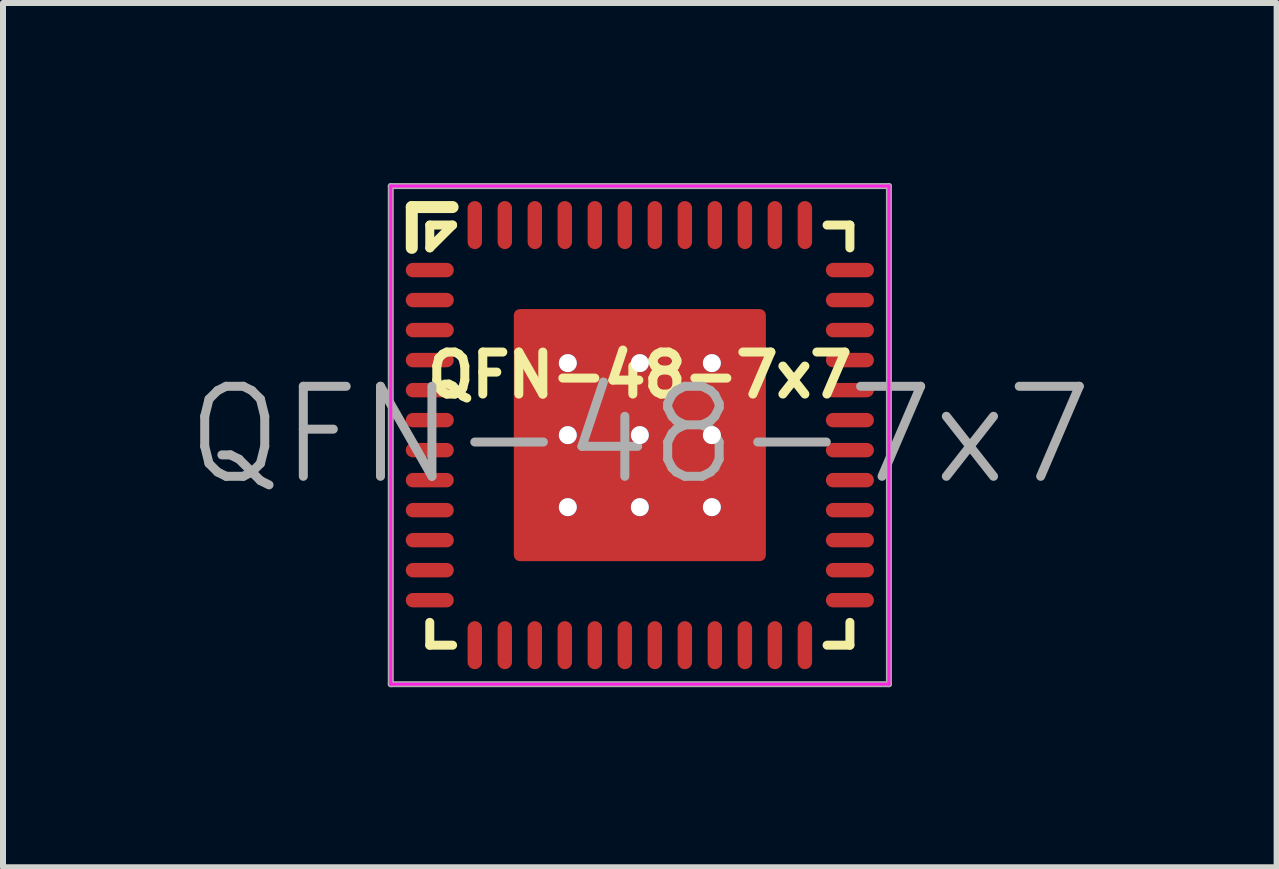
<source format=kicad_pcb>
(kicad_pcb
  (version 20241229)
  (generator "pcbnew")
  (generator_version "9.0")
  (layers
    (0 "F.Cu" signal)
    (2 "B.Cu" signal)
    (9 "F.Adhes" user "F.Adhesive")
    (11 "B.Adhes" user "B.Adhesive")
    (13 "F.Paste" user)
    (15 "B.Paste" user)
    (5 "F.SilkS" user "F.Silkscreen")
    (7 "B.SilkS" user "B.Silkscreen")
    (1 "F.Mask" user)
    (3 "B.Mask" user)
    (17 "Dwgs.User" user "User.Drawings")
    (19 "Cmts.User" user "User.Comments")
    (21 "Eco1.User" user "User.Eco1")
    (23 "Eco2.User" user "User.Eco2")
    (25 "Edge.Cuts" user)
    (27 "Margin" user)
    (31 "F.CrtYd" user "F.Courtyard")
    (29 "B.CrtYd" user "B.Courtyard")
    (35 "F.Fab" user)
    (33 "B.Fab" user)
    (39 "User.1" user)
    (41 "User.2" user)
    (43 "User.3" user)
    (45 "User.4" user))
  (footprint "QFN-48-7x7"
    (layer "F.Cu")
    (at 7.611 4.2)
    (property "Reference" "QFN-48-7x7" (at 0 -1 0) (layer "F.SilkS") (effects (font (size 0.7 0.7) (thickness 0.15))))
    (attr smd)
    (fp_line (start -3.8 -3.12) (end -3.8 -3.8) (stroke (width 0.2) (type solid)) (layer "F.SilkS"))
    (fp_line (start -3.5 -3.12) (end -3.5 -3.5) (stroke (width 0.15) (type solid)) (layer "F.SilkS"))
    (fp_line (start -3.5 -3.12) (end -3.12 -3.5) (stroke (width 0.15) (type solid)) (layer "F.SilkS"))
    (fp_line (start -3.5 3.12) (end -3.5 3.5) (stroke (width 0.15) (type solid)) (layer "F.SilkS"))
    (fp_line (start -3.12 -3.8) (end -3.8 -3.8) (stroke (width 0.2) (type solid)) (layer "F.SilkS"))
    (fp_line (start -3.12 -3.5) (end -3.5 -3.5) (stroke (width 0.15) (type solid)) (layer "F.SilkS"))
    (fp_line (start -3.12 3.5) (end -3.5 3.5) (stroke (width 0.15) (type solid)) (layer "F.SilkS"))
    (fp_line (start 3.12 -3.5) (end 3.5 -3.5) (stroke (width 0.15) (type solid)) (layer "F.SilkS"))
    (fp_line (start 3.12 3.5) (end 3.5 3.5) (stroke (width 0.15) (type solid)) (layer "F.SilkS"))
    (fp_line (start 3.5 -3.12) (end 3.5 -3.5) (stroke (width 0.15) (type solid)) (layer "F.SilkS"))
    (fp_line (start 3.5 3.12) (end 3.5 3.5) (stroke (width 0.15) (type solid)) (layer "F.SilkS"))
    (fp_line (start -4.15 -4.15) (end -4.15 4.15) (stroke (width 0.05) (type solid)) (layer "F.CrtYd"))
    (fp_line (start -4.15 4.15) (end 4.15 4.15) (stroke (width 0.05) (type solid)) (layer "F.CrtYd"))
    (fp_line (start 4.15 -4.15) (end -4.15 -4.15) (stroke (width 0.05) (type solid)) (layer "F.CrtYd"))
    (fp_line (start 4.15 4.15) (end 4.15 -4.15) (stroke (width 0.05) (type solid)) (layer "F.CrtYd"))
    (fp_line (start -4.15 -4.15) (end -4.15 4.15) (stroke (width 0.1) (type solid)) (layer "F.Fab"))
    (fp_line (start -4.15 4.15) (end 4.15 4.15) (stroke (width 0.1) (type solid)) (layer "F.Fab"))
    (fp_line (start 4.15 -4.15) (end -4.15 -4.15) (stroke (width 0.1) (type solid)) (layer "F.Fab"))
    (fp_line (start 4.15 4.15) (end 4.15 -4.15) (stroke (width 0.1) (type solid)) (layer "F.Fab"))
    (fp_text user "${REFERENCE}" (at 0 0 0) (layer "F.Fab") (effects (font (size 1.5 1.5) (thickness 0.15))))
    (pad "1" smd oval (at -3.5 -2.75) (size 0.8 0.24) (layers "F.Cu" "F.Mask" "F.Paste"))
    (pad "2" smd oval (at -3.5 -2.25) (size 0.8 0.24) (layers "F.Cu" "F.Mask" "F.Paste"))
    (pad "3" smd oval (at -3.5 -1.75) (size 0.8 0.24) (layers "F.Cu" "F.Mask" "F.Paste"))
    (pad "4" smd oval (at -3.5 -1.25) (size 0.8 0.24) (layers "F.Cu" "F.Mask" "F.Paste"))
    (pad "5" smd oval (at -3.5 -0.75) (size 0.8 0.24) (layers "F.Cu" "F.Mask" "F.Paste"))
    (pad "6" smd oval (at -3.5 -0.25) (size 0.8 0.24) (layers "F.Cu" "F.Mask" "F.Paste"))
    (pad "7" smd oval (at -3.5 0.25) (size 0.8 0.24) (layers "F.Cu" "F.Mask" "F.Paste"))
    (pad "8" smd oval (at -3.5 0.75) (size 0.8 0.24) (layers "F.Cu" "F.Mask" "F.Paste"))
    (pad "9" smd oval (at -3.5 1.25) (size 0.8 0.24) (layers "F.Cu" "F.Mask" "F.Paste"))
    (pad "10" smd oval (at -3.5 1.75) (size 0.8 0.24) (layers "F.Cu" "F.Mask" "F.Paste"))
    (pad "11" smd oval (at -3.5 2.25) (size 0.8 0.24) (layers "F.Cu" "F.Mask" "F.Paste"))
    (pad "12" smd oval (at -3.5 2.75) (size 0.8 0.24) (layers "F.Cu" "F.Mask" "F.Paste"))
    (pad "13" smd oval (at -2.75 3.5 90) (size 0.8 0.24) (layers "F.Cu" "F.Mask" "F.Paste"))
    (pad "14" smd oval (at -2.25 3.5 90) (size 0.8 0.24) (layers "F.Cu" "F.Mask" "F.Paste"))
    (pad "15" smd oval (at -1.75 3.5 90) (size 0.8 0.24) (layers "F.Cu" "F.Mask" "F.Paste"))
    (pad "16" smd oval (at -1.25 3.5 90) (size 0.8 0.24) (layers "F.Cu" "F.Mask" "F.Paste"))
    (pad "17" smd oval (at -0.75 3.5 90) (size 0.8 0.24) (layers "F.Cu" "F.Mask" "F.Paste"))
    (pad "18" smd oval (at -0.25 3.5 90) (size 0.8 0.24) (layers "F.Cu" "F.Mask" "F.Paste"))
    (pad "19" smd oval (at 0.25 3.5 90) (size 0.8 0.24) (layers "F.Cu" "F.Mask" "F.Paste"))
    (pad "20" smd oval (at 0.75 3.5 90) (size 0.8 0.24) (layers "F.Cu" "F.Mask" "F.Paste"))
    (pad "21" smd oval (at 1.25 3.5 90) (size 0.8 0.24) (layers "F.Cu" "F.Mask" "F.Paste"))
    (pad "22" smd oval (at 1.75 3.5 90) (size 0.8 0.24) (layers "F.Cu" "F.Mask" "F.Paste"))
    (pad "23" smd oval (at 2.25 3.5 90) (size 0.8 0.24) (layers "F.Cu" "F.Mask" "F.Paste"))
    (pad "24" smd oval (at 2.75 3.5 90) (size 0.8 0.24) (layers "F.Cu" "F.Mask" "F.Paste"))
    (pad "25" smd oval (at 3.5 2.75) (size 0.8 0.24) (layers "F.Cu" "F.Mask" "F.Paste"))
    (pad "26" smd oval (at 3.5 2.25) (size 0.8 0.24) (layers "F.Cu" "F.Mask" "F.Paste"))
    (pad "27" smd oval (at 3.5 1.75) (size 0.8 0.24) (layers "F.Cu" "F.Mask" "F.Paste"))
    (pad "28" smd oval (at 3.5 1.25) (size 0.8 0.24) (layers "F.Cu" "F.Mask" "F.Paste"))
    (pad "29" smd oval (at 3.5 0.75) (size 0.8 0.24) (layers "F.Cu" "F.Mask" "F.Paste"))
    (pad "30" smd oval (at 3.5 0.25) (size 0.8 0.24) (layers "F.Cu" "F.Mask" "F.Paste"))
    (pad "31" smd oval (at 3.5 -0.25) (size 0.8 0.24) (layers "F.Cu" "F.Mask" "F.Paste"))
    (pad "32" smd oval (at 3.5 -0.75) (size 0.8 0.24) (layers "F.Cu" "F.Mask" "F.Paste"))
    (pad "33" smd oval (at 3.5 -1.25) (size 0.8 0.24) (layers "F.Cu" "F.Mask" "F.Paste"))
    (pad "34" smd oval (at 3.5 -1.75) (size 0.8 0.24) (layers "F.Cu" "F.Mask" "F.Paste"))
    (pad "35" smd oval (at 3.5 -2.25) (size 0.8 0.24) (layers "F.Cu" "F.Mask" "F.Paste"))
    (pad "36" smd oval (at 3.5 -2.75) (size 0.8 0.24) (layers "F.Cu" "F.Mask" "F.Paste"))
    (pad "37" smd oval (at 2.75 -3.5 90) (size 0.8 0.24) (layers "F.Cu" "F.Mask" "F.Paste"))
    (pad "38" smd oval (at 2.25 -3.5 90) (size 0.8 0.24) (layers "F.Cu" "F.Mask" "F.Paste"))
    (pad "39" smd oval (at 1.75 -3.5 90) (size 0.8 0.24) (layers "F.Cu" "F.Mask" "F.Paste"))
    (pad "40" smd oval (at 1.25 -3.5 90) (size 0.8 0.24) (layers "F.Cu" "F.Mask" "F.Paste"))
    (pad "41" smd oval (at 0.75 -3.5 90) (size 0.8 0.24) (layers "F.Cu" "F.Mask" "F.Paste"))
    (pad "42" smd oval (at 0.25 -3.5 90) (size 0.8 0.24) (layers "F.Cu" "F.Mask" "F.Paste"))
    (pad "43" smd oval (at -0.25 -3.5 90) (size 0.8 0.24) (layers "F.Cu" "F.Mask" "F.Paste"))
    (pad "44" smd oval (at -0.75 -3.5 90) (size 0.8 0.24) (layers "F.Cu" "F.Mask" "F.Paste"))
    (pad "45" smd oval (at -1.25 -3.5 90) (size 0.8 0.24) (layers "F.Cu" "F.Mask" "F.Paste"))
    (pad "46" smd oval (at -1.75 -3.5 90) (size 0.8 0.24) (layers "F.Cu" "F.Mask" "F.Paste"))
    (pad "47" smd oval (at -2.25 -3.5 90) (size 0.8 0.24) (layers "F.Cu" "F.Mask" "F.Paste"))
    (pad "48" smd oval (at -2.75 -3.5 90) (size 0.8 0.24) (layers "F.Cu" "F.Mask" "F.Paste"))
    (pad "FLAG" thru_hole circle (at -1.2 -1.2) (size 0.3 0.3) (drill 0.3) (layers "*.Cu"))
    (pad "FLAG" thru_hole circle (at -1.2 0) (size 0.3 0.3) (drill 0.3) (layers "*.Cu"))
    (pad "FLAG" thru_hole circle (at -1.2 1.2) (size 0.3 0.3) (drill 0.3) (layers "*.Cu"))
    (pad "FLAG" smd roundrect (at -1.059 -1.059) (size 1.819 1.819) (layers "F.Cu" "F.Paste") (roundrect_rratio 0.041))
    (pad "FLAG" smd roundrect (at -1.059 1.059) (size 1.819 1.819) (layers "F.Cu" "F.Paste") (roundrect_rratio 0.041))
    (pad "FLAG" thru_hole circle (at 0 -1.2) (size 0.3 0.3) (drill 0.3) (layers "*.Cu"))
    (pad "FLAG" thru_hole circle (at 0 0) (size 0.3 0.3) (drill 0.3) (layers "*.Cu"))
    (pad "FLAG" smd roundrect (at 0 0) (size 4.2 4.2) (layers "F.Cu" "F.Mask") (roundrect_rratio 0.024))
    (pad "FLAG" thru_hole circle (at 0 1.2) (size 0.3 0.3) (drill 0.3) (layers "*.Cu"))
    (pad "FLAG" smd roundrect (at 1.059 -1.059) (size 1.819 1.819) (layers "F.Cu" "F.Paste") (roundrect_rratio 0.041))
    (pad "FLAG" smd roundrect (at 1.059 1.059) (size 1.819 1.819) (layers "F.Cu" "F.Paste") (roundrect_rratio 0.041))
    (pad "FLAG" thru_hole circle (at 1.2 -1.2) (size 0.3 0.3) (drill 0.3) (layers "*.Cu"))
    (pad "FLAG" thru_hole circle (at 1.2 0) (size 0.3 0.3) (drill 0.3) (layers "*.Cu"))
    (pad "FLAG" thru_hole circle (at 1.2 1.2) (size 0.3 0.3) (drill 0.3) (layers "*.Cu")))
  (gr_rect
    (start -3 -3)
    (end 18.221 11.4)
    (stroke (width 0.1) (type default))
    (fill no)
    (layer "Edge.Cuts")))
</source>
